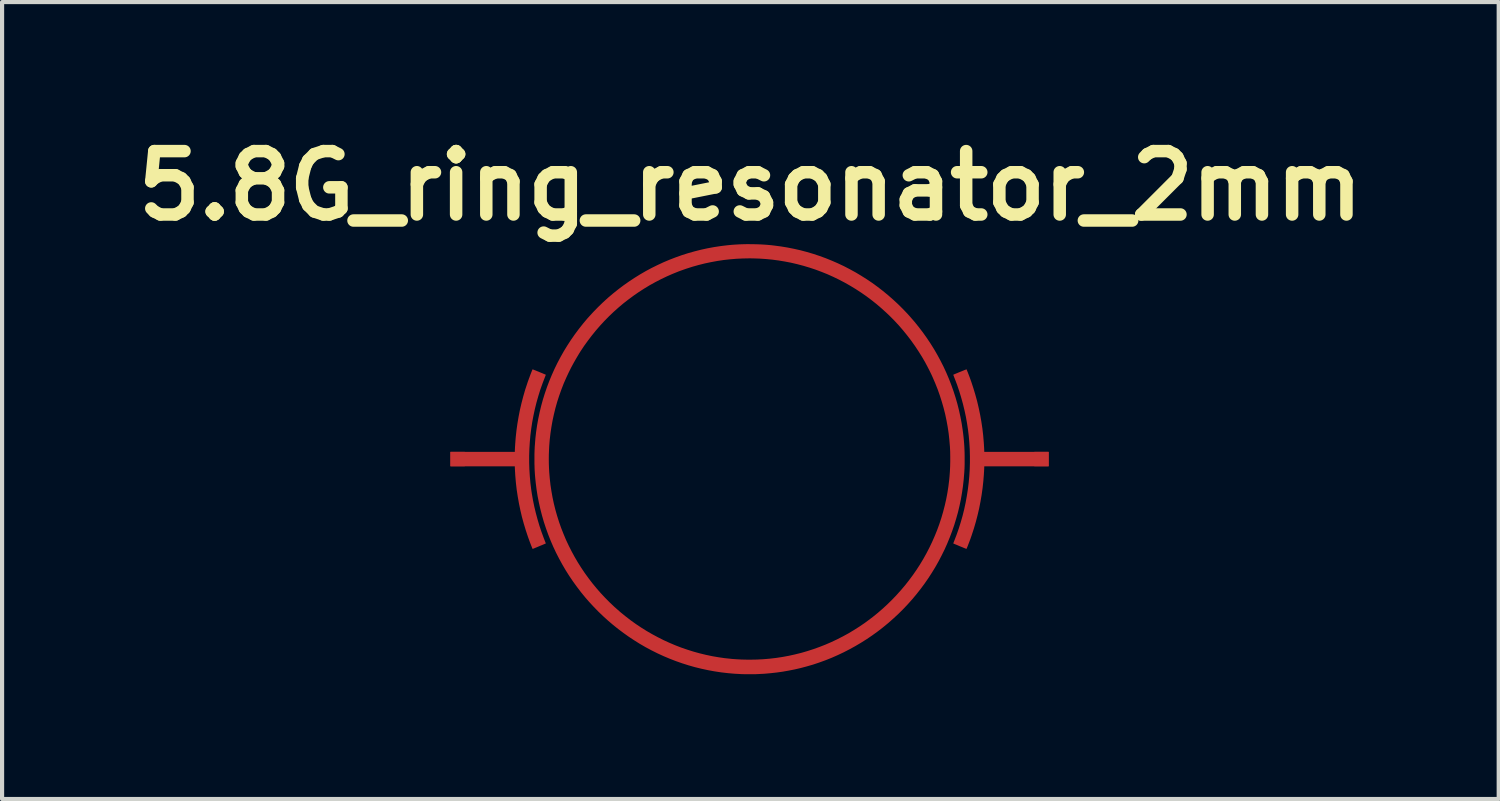
<source format=kicad_pcb>
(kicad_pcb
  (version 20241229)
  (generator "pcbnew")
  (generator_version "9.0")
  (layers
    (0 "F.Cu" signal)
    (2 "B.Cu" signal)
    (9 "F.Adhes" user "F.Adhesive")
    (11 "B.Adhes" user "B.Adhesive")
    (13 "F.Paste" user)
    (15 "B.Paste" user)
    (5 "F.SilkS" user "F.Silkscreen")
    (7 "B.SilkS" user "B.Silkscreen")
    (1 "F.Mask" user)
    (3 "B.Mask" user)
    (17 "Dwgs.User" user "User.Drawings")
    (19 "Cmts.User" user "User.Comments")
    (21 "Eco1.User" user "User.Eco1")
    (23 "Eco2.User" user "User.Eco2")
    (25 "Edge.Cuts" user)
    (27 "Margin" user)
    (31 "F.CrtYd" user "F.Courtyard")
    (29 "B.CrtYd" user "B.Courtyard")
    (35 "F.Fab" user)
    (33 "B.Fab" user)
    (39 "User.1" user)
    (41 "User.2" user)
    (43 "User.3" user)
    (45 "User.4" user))
  (footprint "5.8G_ring_resonator_2mm"
    (layer "F.Cu")
    (at 14.973 7.988)
    (property "Reference" "5.8G_ring_resonator_2mm" (at 0.02 -6.57 0) (layer "F.SilkS") (effects (font (size 1.524 1.524) (thickness 0.3))))
    (attr through_hole)
    (fp_poly (pts (xy -5.215 -2.156) (xy -5.208 -2.154) (xy -5.198 -2.15) (xy -5.184 -2.145) (xy -5.167 -2.138) (xy -5.148 -2.131) (xy -5.127 -2.122) (xy -5.105 -2.113) (xy -5.082 -2.104) (xy -5.058 -2.094) (xy -5.035 -2.084) (xy -5.012 -2.075) (xy -4.989 -2.066) (xy -4.969 -2.057) (xy -4.95 -2.049) (xy -4.933 -2.042) (xy -4.919 -2.036) (xy -4.909 -2.032) (xy -4.902 -2.029) (xy -4.899 -2.027) (xy -4.9 -2.025) (xy -4.902 -2.018) (xy -4.905 -2.008) (xy -4.91 -1.995) (xy -4.916 -1.98) (xy -4.919 -1.972) (xy -4.977 -1.821) (xy -5.031 -1.669) (xy -5.079 -1.514) (xy -5.123 -1.359) (xy -5.162 -1.202) (xy -5.196 -1.044) (xy -5.226 -0.885) (xy -5.25 -0.725) (xy -5.27 -0.564) (xy -5.284 -0.403) (xy -5.294 -0.241) (xy -5.299 -0.079) (xy -5.299 0.083) (xy -5.294 0.245) (xy -5.284 0.407) (xy -5.27 0.569) (xy -5.25 0.731) (xy -5.235 0.832) (xy -5.208 0.987) (xy -5.176 1.142) (xy -5.139 1.297) (xy -5.098 1.45) (xy -5.053 1.602) (xy -5.003 1.751) (xy -4.949 1.898) (xy -4.919 1.975) (xy -4.913 1.99) (xy -4.908 2.004) (xy -4.903 2.016) (xy -4.901 2.024) (xy -4.899 2.029) (xy -4.899 2.03) (xy -4.902 2.031) (xy -4.908 2.034) (xy -4.919 2.038) (xy -4.933 2.044) (xy -4.949 2.051) (xy -4.968 2.059) (xy -4.989 2.068) (xy -5.011 2.077) (xy -5.034 2.086) (xy -5.057 2.096) (xy -5.081 2.106) (xy -5.104 2.116) (xy -5.126 2.125) (xy -5.147 2.133) (xy -5.165 2.141) (xy -5.182 2.148) (xy -5.195 2.153) (xy -5.206 2.158) (xy -5.212 2.16) (xy -5.213 2.16) (xy -5.217 2.16) (xy -5.219 2.156) (xy -5.221 2.152) (xy -5.224 2.144) (xy -5.229 2.133) (xy -5.234 2.12) (xy -5.24 2.105) (xy -5.241 2.103) (xy -5.253 2.073) (xy -5.266 2.039) (xy -5.28 2.003) (xy -5.294 1.965) (xy -5.308 1.926) (xy -5.322 1.887) (xy -5.329 1.868) (xy -5.381 1.711) (xy -5.429 1.552) (xy -5.473 1.391) (xy -5.511 1.229) (xy -5.545 1.065) (xy -5.574 0.901) (xy -5.599 0.736) (xy -5.618 0.571) (xy -5.632 0.407) (xy -5.635 0.363) (xy -5.636 0.344) (xy -5.637 0.323) (xy -5.639 0.302) (xy -5.64 0.279) (xy -5.641 0.258) (xy -5.642 0.238) (xy -5.643 0.219) (xy -5.643 0.204) (xy -5.644 0.192) (xy -5.644 0.184) (xy -5.644 0.184) (xy -5.644 0.175) (xy -7.191 0.175) (xy -7.191 -0.173) (xy -5.644 -0.173) (xy -5.644 -0.181) (xy -5.644 -0.188) (xy -5.643 -0.2) (xy -5.643 -0.215) (xy -5.642 -0.234) (xy -5.641 -0.254) (xy -5.64 -0.275) (xy -5.639 -0.297) (xy -5.637 -0.319) (xy -5.636 -0.34) (xy -5.635 -0.359) (xy -5.635 -0.361) (xy -5.622 -0.526) (xy -5.604 -0.691) (xy -5.581 -0.855) (xy -5.553 -1.02) (xy -5.521 -1.183) (xy -5.483 -1.346) (xy -5.441 -1.507) (xy -5.395 -1.667) (xy -5.343 -1.824) (xy -5.329 -1.866) (xy -5.321 -1.888) (xy -5.312 -1.912) (xy -5.303 -1.938) (xy -5.293 -1.963) (xy -5.284 -1.989) (xy -5.274 -2.015) (xy -5.265 -2.04) (xy -5.255 -2.064) (xy -5.247 -2.086) (xy -5.239 -2.106) (xy -5.232 -2.123) (xy -5.226 -2.138) (xy -5.222 -2.148) (xy -5.218 -2.155) (xy -5.217 -2.157) (xy -5.215 -2.156)) (stroke (width 0) (type solid)) (fill yes) (layer "F.Cu"))
    (fp_poly (pts (xy 5.219 -2.153) (xy 5.223 -2.145) (xy 5.228 -2.133) (xy 5.234 -2.118) (xy 5.241 -2.1) (xy 5.25 -2.079) (xy 5.258 -2.056) (xy 5.268 -2.032) (xy 5.277 -2.007) (xy 5.287 -1.981) (xy 5.297 -1.955) (xy 5.306 -1.929) (xy 5.315 -1.905) (xy 5.323 -1.881) (xy 5.329 -1.866) (xy 5.381 -1.708) (xy 5.429 -1.549) (xy 5.473 -1.388) (xy 5.511 -1.226) (xy 5.545 -1.063) (xy 5.574 -0.899) (xy 5.599 -0.734) (xy 5.618 -0.569) (xy 5.632 -0.404) (xy 5.635 -0.361) (xy 5.636 -0.342) (xy 5.637 -0.321) (xy 5.639 -0.299) (xy 5.64 -0.277) (xy 5.641 -0.255) (xy 5.642 -0.235) (xy 5.643 -0.217) (xy 5.643 -0.201) (xy 5.644 -0.189) (xy 5.644 -0.181) (xy 5.644 -0.181) (xy 5.644 -0.173) (xy 7.191 -0.173) (xy 7.191 0.175) (xy 5.644 0.175) (xy 5.644 0.184) (xy 5.644 0.191) (xy 5.643 0.203) (xy 5.643 0.218) (xy 5.642 0.236) (xy 5.641 0.256) (xy 5.64 0.278) (xy 5.639 0.3) (xy 5.637 0.322) (xy 5.636 0.343) (xy 5.635 0.362) (xy 5.635 0.363) (xy 5.622 0.528) (xy 5.604 0.694) (xy 5.581 0.859) (xy 5.553 1.023) (xy 5.521 1.187) (xy 5.483 1.35) (xy 5.441 1.511) (xy 5.394 1.672) (xy 5.342 1.83) (xy 5.329 1.868) (xy 5.32 1.893) (xy 5.311 1.92) (xy 5.301 1.946) (xy 5.291 1.973) (xy 5.281 2) (xy 5.271 2.026) (xy 5.261 2.051) (xy 5.252 2.075) (xy 5.244 2.096) (xy 5.236 2.115) (xy 5.229 2.132) (xy 5.224 2.145) (xy 5.219 2.154) (xy 5.216 2.16) (xy 5.215 2.161) (xy 5.213 2.16) (xy 5.206 2.157) (xy 5.195 2.153) (xy 5.181 2.147) (xy 5.163 2.14) (xy 5.143 2.132) (xy 5.12 2.122) (xy 5.096 2.112) (xy 5.07 2.102) (xy 5.058 2.097) (xy 5.032 2.086) (xy 5.007 2.075) (xy 4.983 2.065) (xy 4.962 2.056) (xy 4.943 2.049) (xy 4.927 2.042) (xy 4.915 2.037) (xy 4.906 2.033) (xy 4.901 2.031) (xy 4.9 2.03) (xy 4.9 2.028) (xy 4.901 2.023) (xy 4.903 2.015) (xy 4.908 2.004) (xy 4.914 1.988) (xy 4.919 1.975) (xy 4.977 1.825) (xy 5.03 1.674) (xy 5.078 1.521) (xy 5.122 1.366) (xy 5.161 1.21) (xy 5.195 1.052) (xy 5.224 0.894) (xy 5.249 0.734) (xy 5.269 0.574) (xy 5.284 0.413) (xy 5.294 0.252) (xy 5.299 0.091) (xy 5.299 -0.071) (xy 5.295 -0.233) (xy 5.285 -0.395) (xy 5.271 -0.556) (xy 5.254 -0.699) (xy 5.23 -0.858) (xy 5.202 -1.016) (xy 5.168 -1.174) (xy 5.13 -1.33) (xy 5.087 -1.485) (xy 5.04 -1.639) (xy 4.989 -1.79) (xy 4.932 -1.939) (xy 4.919 -1.972) (xy 4.913 -1.988) (xy 4.908 -2.001) (xy 4.903 -2.013) (xy 4.901 -2.022) (xy 4.899 -2.026) (xy 4.899 -2.027) (xy 4.902 -2.029) (xy 4.909 -2.032) (xy 4.92 -2.037) (xy 4.934 -2.043) (xy 4.951 -2.05) (xy 4.97 -2.058) (xy 4.991 -2.066) (xy 5.013 -2.076) (xy 5.036 -2.085) (xy 5.06 -2.095) (xy 5.084 -2.104) (xy 5.107 -2.114) (xy 5.129 -2.123) (xy 5.149 -2.131) (xy 5.168 -2.139) (xy 5.185 -2.145) (xy 5.198 -2.15) (xy 5.208 -2.154) (xy 5.215 -2.157) (xy 5.217 -2.157) (xy 5.219 -2.153)) (stroke (width 0) (type solid)) (fill yes) (layer "F.Cu"))
    (fp_poly (pts (xy 0.092 -5.166) (xy 0.181 -5.164) (xy 0.267 -5.161) (xy 0.352 -5.156) (xy 0.436 -5.15) (xy 0.522 -5.142) (xy 0.596 -5.133) (xy 0.755 -5.112) (xy 0.913 -5.086) (xy 1.069 -5.055) (xy 1.224 -5.02) (xy 1.378 -4.979) (xy 1.531 -4.934) (xy 1.681 -4.884) (xy 1.83 -4.83) (xy 1.978 -4.77) (xy 2.123 -4.707) (xy 2.267 -4.639) (xy 2.408 -4.566) (xy 2.547 -4.49) (xy 2.684 -4.408) (xy 2.819 -4.323) (xy 2.951 -4.234) (xy 3.08 -4.14) (xy 3.207 -4.042) (xy 3.331 -3.94) (xy 3.452 -3.834) (xy 3.57 -3.725) (xy 3.685 -3.611) (xy 3.797 -3.494) (xy 3.864 -3.419) (xy 3.97 -3.297) (xy 4.071 -3.171) (xy 4.169 -3.043) (xy 4.262 -2.912) (xy 4.351 -2.779) (xy 4.436 -2.643) (xy 4.516 -2.505) (xy 4.592 -2.364) (xy 4.664 -2.222) (xy 4.731 -2.077) (xy 4.793 -1.931) (xy 4.851 -1.782) (xy 4.904 -1.633) (xy 4.953 -1.481) (xy 4.997 -1.328) (xy 5.036 -1.174) (xy 5.07 -1.018) (xy 5.1 -0.862) (xy 5.124 -0.704) (xy 5.138 -0.596) (xy 5.147 -0.518) (xy 5.154 -0.444) (xy 5.16 -0.371) (xy 5.165 -0.298) (xy 5.168 -0.226) (xy 5.171 -0.151) (xy 5.172 -0.074) (xy 5.172 0.003) (xy 5.172 0.047) (xy 5.172 0.088) (xy 5.172 0.126) (xy 5.171 0.161) (xy 5.17 0.194) (xy 5.169 0.227) (xy 5.167 0.26) (xy 5.165 0.295) (xy 5.163 0.331) (xy 5.162 0.338) (xy 5.149 0.498) (xy 5.131 0.657) (xy 5.108 0.815) (xy 5.081 0.972) (xy 5.048 1.128) (xy 5.011 1.283) (xy 4.968 1.436) (xy 4.922 1.587) (xy 4.87 1.737) (xy 4.814 1.885) (xy 4.754 2.031) (xy 4.689 2.176) (xy 4.619 2.318) (xy 4.546 2.458) (xy 4.468 2.596) (xy 4.385 2.732) (xy 4.299 2.865) (xy 4.208 2.996) (xy 4.113 3.124) (xy 4.014 3.25) (xy 3.911 3.373) (xy 3.804 3.493) (xy 3.693 3.61) (xy 3.578 3.724) (xy 3.459 3.834) (xy 3.337 3.942) (xy 3.327 3.95) (xy 3.204 4.051) (xy 3.077 4.149) (xy 2.948 4.242) (xy 2.815 4.332) (xy 2.68 4.417) (xy 2.543 4.498) (xy 2.403 4.575) (xy 2.261 4.648) (xy 2.117 4.716) (xy 1.972 4.78) (xy 1.824 4.839) (xy 1.675 4.893) (xy 1.525 4.943) (xy 1.373 4.987) (xy 1.222 5.027) (xy 1.079 5.06) (xy 0.936 5.088) (xy 0.794 5.113) (xy 0.651 5.133) (xy 0.507 5.149) (xy 0.361 5.162) (xy 0.212 5.17) (xy 0.187 5.171) (xy 0.17 5.172) (xy 0.148 5.173) (xy 0.122 5.173) (xy 0.093 5.173) (xy 0.062 5.173) (xy 0.03 5.174) (xy -0.003 5.174) (xy -0.037 5.173) (xy -0.069 5.173) (xy -0.1 5.173) (xy -0.129 5.173) (xy -0.156 5.172) (xy -0.178 5.172) (xy -0.197 5.171) (xy -0.198 5.171) (xy -0.361 5.162) (xy -0.522 5.148) (xy -0.683 5.129) (xy -0.842 5.105) (xy -1 5.076) (xy -1.157 5.042) (xy -1.313 5.004) (xy -1.467 4.96) (xy -1.619 4.912) (xy -1.77 4.859) (xy -1.92 4.801) (xy -2.067 4.739) (xy -2.213 4.672) (xy -2.357 4.6) (xy -2.499 4.524) (xy -2.639 4.443) (xy -2.776 4.357) (xy -2.912 4.267) (xy -3.031 4.182) (xy -3.158 4.087) (xy -3.283 3.987) (xy -3.405 3.883) (xy -3.524 3.775) (xy -3.639 3.664) (xy -3.751 3.549) (xy -3.859 3.432) (xy -3.949 3.329) (xy -4.052 3.203) (xy -4.15 3.074) (xy -4.245 2.943) (xy -4.335 2.81) (xy -4.421 2.674) (xy -4.502 2.536) (xy -4.579 2.395) (xy -4.652 2.253) (xy -4.72 2.108) (xy -4.783 1.962) (xy -4.842 1.813) (xy -4.896 1.663) (xy -4.946 1.512) (xy -4.99 1.359) (xy -5.03 1.204) (xy -5.065 1.049) (xy -5.096 0.892) (xy -5.121 0.733) (xy -5.141 0.574) (xy -5.152 0.467) (xy -5.157 0.413) (xy -5.161 0.363) (xy -5.164 0.314) (xy -5.167 0.266) (xy -5.169 0.218) (xy -5.17 0.169) (xy -5.172 0.118) (xy -5.172 0.063) (xy -5.172 0.005) (xy -5.172 0.005) (xy -4.827 0.005) (xy -4.826 0.112) (xy -4.822 0.218) (xy -4.817 0.311) (xy -4.804 0.466) (xy -4.787 0.619) (xy -4.764 0.771) (xy -4.737 0.923) (xy -4.705 1.073) (xy -4.668 1.222) (xy -4.626 1.369) (xy -4.58 1.515) (xy -4.529 1.659) (xy -4.473 1.801) (xy -4.414 1.942) (xy -4.349 2.08) (xy -4.28 2.217) (xy -4.207 2.351) (xy -4.13 2.483) (xy -4.048 2.613) (xy -3.962 2.741) (xy -3.872 2.865) (xy -3.778 2.988) (xy -3.68 3.107) (xy -3.578 3.224) (xy -3.472 3.337) (xy -3.362 3.448) (xy -3.249 3.555) (xy -3.131 3.659) (xy -3.1 3.686) (xy -2.979 3.784) (xy -2.856 3.879) (xy -2.73 3.969) (xy -2.601 4.055) (xy -2.47 4.137) (xy -2.336 4.214) (xy -2.2 4.287) (xy -2.063 4.356) (xy -1.923 4.42) (xy -1.781 4.48) (xy -1.638 4.535) (xy -1.492 4.585) (xy -1.346 4.631) (xy -1.198 4.672) (xy -1.049 4.708) (xy -0.898 4.74) (xy -0.747 4.766) (xy -0.594 4.788) (xy -0.441 4.804) (xy -0.425 4.806) (xy -0.314 4.814) (xy -0.204 4.82) (xy -0.094 4.823) (xy 0.017 4.824) (xy 0.13 4.822) (xy 0.179 4.821) (xy 0.333 4.813) (xy 0.486 4.8) (xy 0.639 4.782) (xy 0.791 4.759) (xy 0.942 4.731) (xy 1.092 4.698) (xy 1.241 4.661) (xy 1.389 4.618) (xy 1.535 4.571) (xy 1.68 4.519) (xy 1.823 4.463) (xy 1.964 4.402) (xy 2.104 4.336) (xy 2.241 4.266) (xy 2.377 4.192) (xy 2.51 4.112) (xy 2.641 4.029) (xy 2.77 3.941) (xy 2.837 3.892) (xy 2.962 3.798) (xy 3.083 3.7) (xy 3.201 3.598) (xy 3.316 3.492) (xy 3.428 3.382) (xy 3.536 3.269) (xy 3.64 3.153) (xy 3.741 3.034) (xy 3.829 2.922) (xy 3.923 2.796) (xy 4.012 2.668) (xy 4.097 2.537) (xy 4.177 2.404) (xy 4.253 2.268) (xy 4.324 2.131) (xy 4.391 1.991) (xy 4.453 1.85) (xy 4.511 1.707) (xy 4.564 1.562) (xy 4.612 1.416) (xy 4.655 1.268) (xy 4.694 1.118) (xy 4.728 0.968) (xy 4.757 0.816) (xy 4.781 0.663) (xy 4.8 0.509) (xy 4.808 0.427) (xy 4.817 0.307) (xy 4.823 0.185) (xy 4.826 0.061) (xy 4.826 -0.062) (xy 4.824 -0.185) (xy 4.818 -0.304) (xy 4.817 -0.312) (xy 4.804 -0.468) (xy 4.787 -0.622) (xy 4.764 -0.776) (xy 4.736 -0.928) (xy 4.704 -1.08) (xy 4.666 -1.23) (xy 4.623 -1.379) (xy 4.576 -1.527) (xy 4.524 -1.674) (xy 4.466 -1.82) (xy 4.404 -1.964) (xy 4.379 -2.019) (xy 4.369 -2.041) (xy 4.356 -2.067) (xy 4.342 -2.096) (xy 4.327 -2.126) (xy 4.311 -2.158) (xy 4.294 -2.19) (xy 4.278 -2.222) (xy 4.262 -2.252) (xy 4.247 -2.28) (xy 4.233 -2.306) (xy 4.225 -2.322) (xy 4.146 -2.458) (xy 4.062 -2.592) (xy 3.975 -2.723) (xy 3.884 -2.851) (xy 3.788 -2.976) (xy 3.689 -3.098) (xy 3.586 -3.217) (xy 3.479 -3.332) (xy 3.368 -3.444) (xy 3.292 -3.516) (xy 3.175 -3.622) (xy 3.056 -3.724) (xy 2.934 -3.821) (xy 2.81 -3.914) (xy 2.682 -4.003) (xy 2.553 -4.087) (xy 2.421 -4.167) (xy 2.287 -4.243) (xy 2.151 -4.314) (xy 2.013 -4.381) (xy 1.873 -4.444) (xy 1.731 -4.501) (xy 1.587 -4.555) (xy 1.442 -4.603) (xy 1.295 -4.647) (xy 1.147 -4.686) (xy 0.998 -4.721) (xy 0.847 -4.75) (xy 0.696 -4.775) (xy 0.543 -4.795) (xy 0.389 -4.81) (xy 0.235 -4.82) (xy 0.08 -4.825) (xy 0 -4.826) (xy -0.156 -4.823) (xy -0.311 -4.816) (xy -0.466 -4.803) (xy -0.621 -4.786) (xy -0.774 -4.763) (xy -0.926 -4.735) (xy -1.078 -4.703) (xy -1.229 -4.665) (xy -1.378 -4.623) (xy -1.527 -4.575) (xy -1.674 -4.523) (xy -1.706 -4.511) (xy -1.85 -4.453) (xy -1.991 -4.391) (xy -2.131 -4.324) (xy -2.268 -4.253) (xy -2.403 -4.178) (xy -2.535 -4.098) (xy -2.665 -4.014) (xy -2.792 -3.926) (xy -2.916 -3.834) (xy -3.038 -3.739) (xy -3.156 -3.639) (xy -3.271 -3.536) (xy -3.383 -3.429) (xy -3.492 -3.318) (xy -3.597 -3.204) (xy -3.698 -3.087) (xy -3.796 -2.966) (xy -3.89 -2.842) (xy -3.981 -2.716) (xy -4.067 -2.586) (xy -4.096 -2.54) (xy -4.161 -2.431) (xy -4.225 -2.319) (xy -4.287 -2.205) (xy -4.345 -2.089) (xy -4.4 -1.972) (xy -4.451 -1.856) (xy -4.469 -1.815) (xy -4.525 -1.67) (xy -4.577 -1.524) (xy -4.625 -1.376) (xy -4.667 -1.227) (xy -4.704 -1.076) (xy -4.737 -0.924) (xy -4.764 -0.772) (xy -4.787 -0.618) (xy -4.805 -0.464) (xy -4.817 -0.312) (xy -4.822 -0.209) (xy -4.826 -0.103) (xy -4.827 0.005) (xy -5.172 0.005) (xy -5.172 0.003) (xy -5.172 -0.041) (xy -5.172 -0.08) (xy -5.172 -0.116) (xy -5.171 -0.15) (xy -5.17 -0.182) (xy -5.169 -0.214) (xy -5.167 -0.246) (xy -5.166 -0.279) (xy -5.164 -0.315) (xy -5.162 -0.331) (xy -5.15 -0.491) (xy -5.132 -0.65) (xy -5.109 -0.808) (xy -5.081 -0.965) (xy -5.048 -1.121) (xy -5.011 -1.275) (xy -4.969 -1.429) (xy -4.922 -1.58) (xy -4.87 -1.731) (xy -4.814 -1.879) (xy -4.753 -2.026) (xy -4.688 -2.171) (xy -4.618 -2.314) (xy -4.543 -2.456) (xy -4.465 -2.594) (xy -4.381 -2.731) (xy -4.294 -2.865) (xy -4.202 -2.997) (xy -4.106 -3.126) (xy -4.006 -3.253) (xy -3.902 -3.377) (xy -3.864 -3.419) (xy -3.754 -3.539) (xy -3.641 -3.655) (xy -3.525 -3.767) (xy -3.406 -3.876) (xy -3.283 -3.98) (xy -3.158 -4.08) (xy -3.031 -4.176) (xy -2.9 -4.268) (xy -2.767 -4.356) (xy -2.632 -4.44) (xy -2.494 -4.52) (xy -2.354 -4.595) (xy -2.212 -4.665) (xy -2.068 -4.732) (xy -1.921 -4.794) (xy -1.773 -4.851) (xy -1.624 -4.904) (xy -1.472 -4.952) (xy -1.319 -4.995) (xy -1.165 -5.034) (xy -1.009 -5.068) (xy -0.852 -5.097) (xy -0.694 -5.121) (xy -0.596 -5.133) (xy -0.509 -5.143) (xy -0.423 -5.151) (xy -0.339 -5.157) (xy -0.254 -5.162) (xy -0.168 -5.165) (xy -0.079 -5.167) (xy 0 -5.167) (xy 0.092 -5.166)) (stroke (width 0) (type solid)) (fill yes) (layer "F.Cu"))
    (pad "1" smd rect (at -7.02 0) (size 0.346 0.346) (layers "F.Cu" "F.Mask" "F.Paste"))
    (pad "2" smd rect (at 7.02 0) (size 0.346 0.346) (layers "F.Cu" "F.Mask" "F.Paste")))
  (gr_rect
    (start -3 -3)
    (end 32.987 16.162)
    (stroke (width 0.1) (type default))
    (fill no)
    (layer "Edge.Cuts")))
</source>
